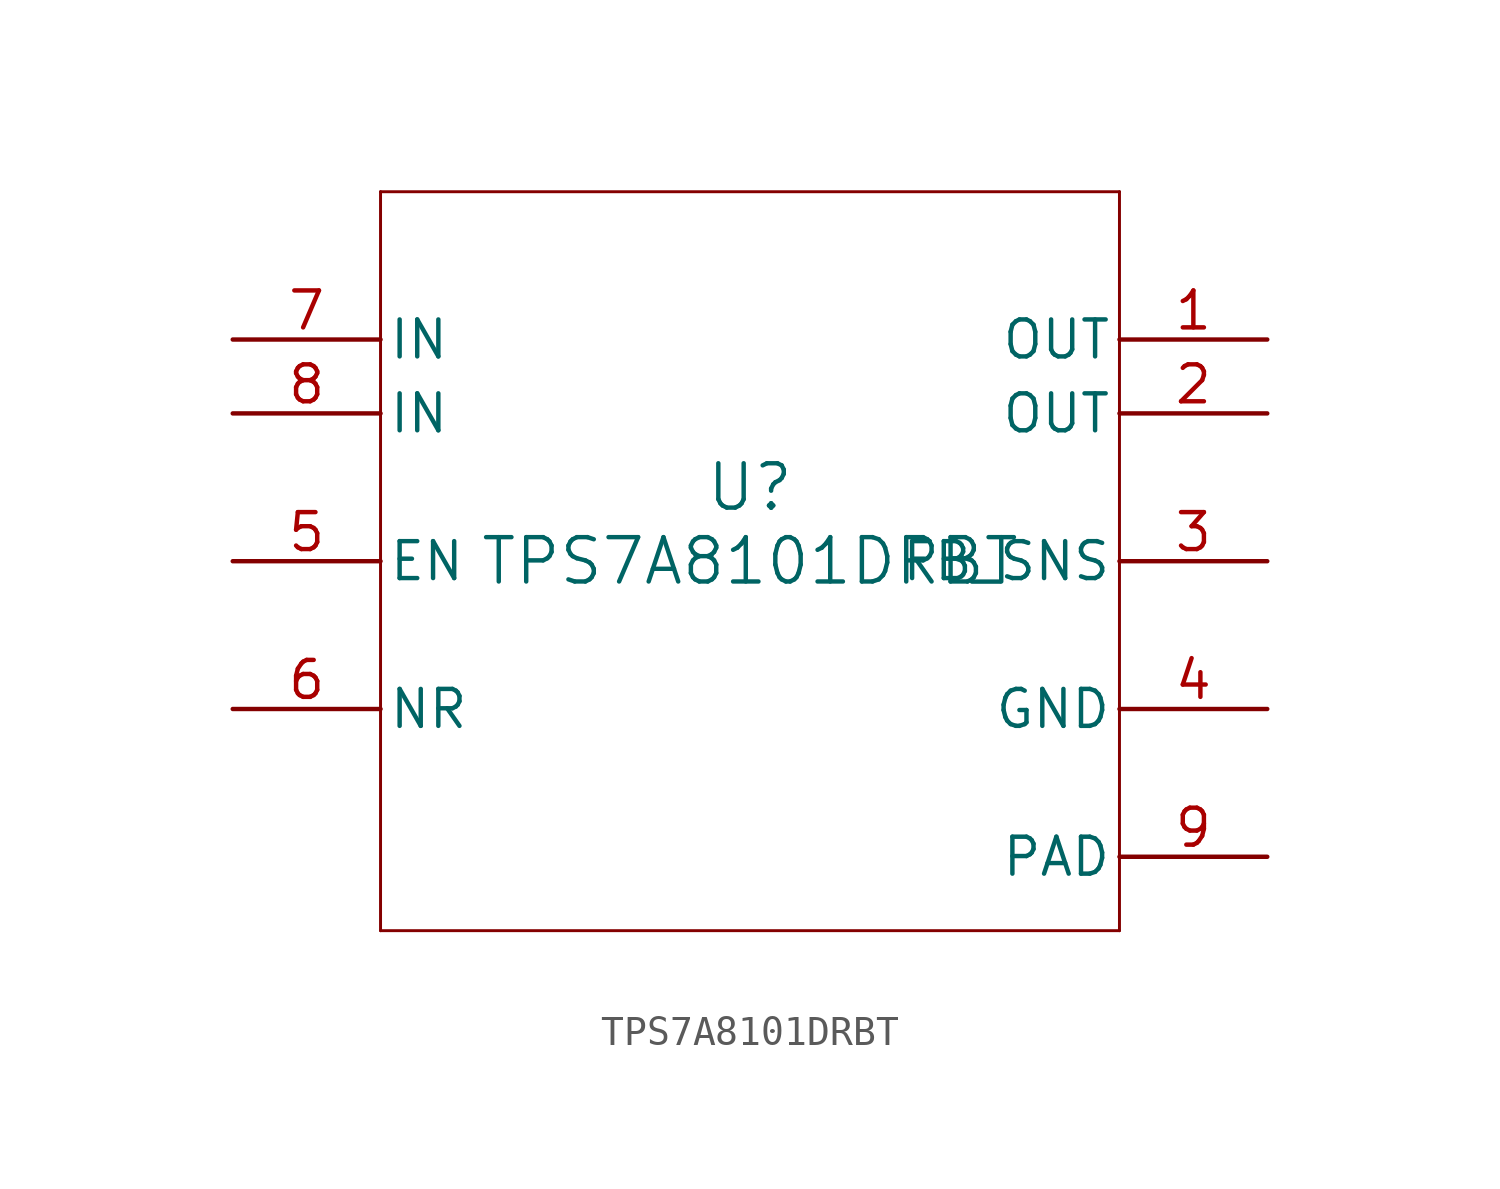
<source format=kicad_sym>
(kicad_symbol_lib
  (version 20211014)
  (generator kicad_symbol_editor)
  (symbol "TPS7A8101DRBT"
    (pin_names
      (offset 0.254))
    (property "Reference" "U"
      (at 0 2.54 0)
      (effects (font (size 1.524 1.524))))
    (property "Value" "TPS7A8101DRBT"
      (at 0 0 0)
      (effects (font (size 1.524 1.524))))
    (symbol "TPS7A8101DRBT_0_1"
      (polyline (pts (xy -12.7 -12.7) (xy 12.7 -12.7)) (stroke (width 0.102) (type default) (color 0 0 0 0)) (fill (type none)))
      (polyline (pts (xy 12.7 -12.7) (xy 12.7 12.7)) (stroke (width 0.102) (type default) (color 0 0 0 0)) (fill (type none)))
      (polyline (pts (xy 12.7 12.7) (xy -12.7 12.7)) (stroke (width 0.102) (type default) (color 0 0 0 0)) (fill (type none)))
      (polyline (pts (xy -12.7 12.7) (xy -12.7 -12.7)) (stroke (width 0.102) (type default) (color 0 0 0 0)) (fill (type none)))
      (pin power_in line (at 17.78 7.62 180) (length 5.08) (name "OUT" (effects (font (size 1.27 1.27)))) (number "1" (effects (font (size 1.27 1.27)))))
      (pin power_in line (at 17.78 5.08 180) (length 5.08) (name "OUT" (effects (font (size 1.27 1.27)))) (number "2" (effects (font (size 1.27 1.27)))))
      (pin input line (at 17.78 0 180) (length 5.08) (name "FB_SNS" (effects (font (size 1.27 1.27)))) (number "3" (effects (font (size 1.27 1.27)))))
      (pin power_in line (at 17.78 -5.08 180) (length 5.08) (name "GND" (effects (font (size 1.27 1.27)))) (number "4" (effects (font (size 1.27 1.27)))))
      (pin input line (at -17.78 0 0) (length 5.08) (name "EN" (effects (font (size 1.27 1.27)))) (number "5" (effects (font (size 1.27 1.27)))))
      (pin input line (at -17.78 -5.08 0) (length 5.08) (name "NR" (effects (font (size 1.27 1.27)))) (number "6" (effects (font (size 1.27 1.27)))))
      (pin power_in line (at -17.78 7.62 0) (length 5.08) (name "IN" (effects (font (size 1.27 1.27)))) (number "7" (effects (font (size 1.27 1.27)))))
      (pin power_in line (at -17.78 5.08 0) (length 5.08) (name "IN" (effects (font (size 1.27 1.27)))) (number "8" (effects (font (size 1.27 1.27)))))
      (pin unspecified line (at 17.78 -10.16 180) (length 5.08) (name "PAD" (effects (font (size 1.27 1.27)))) (number "9" (effects (font (size 1.27 1.27))))))))
</source>
